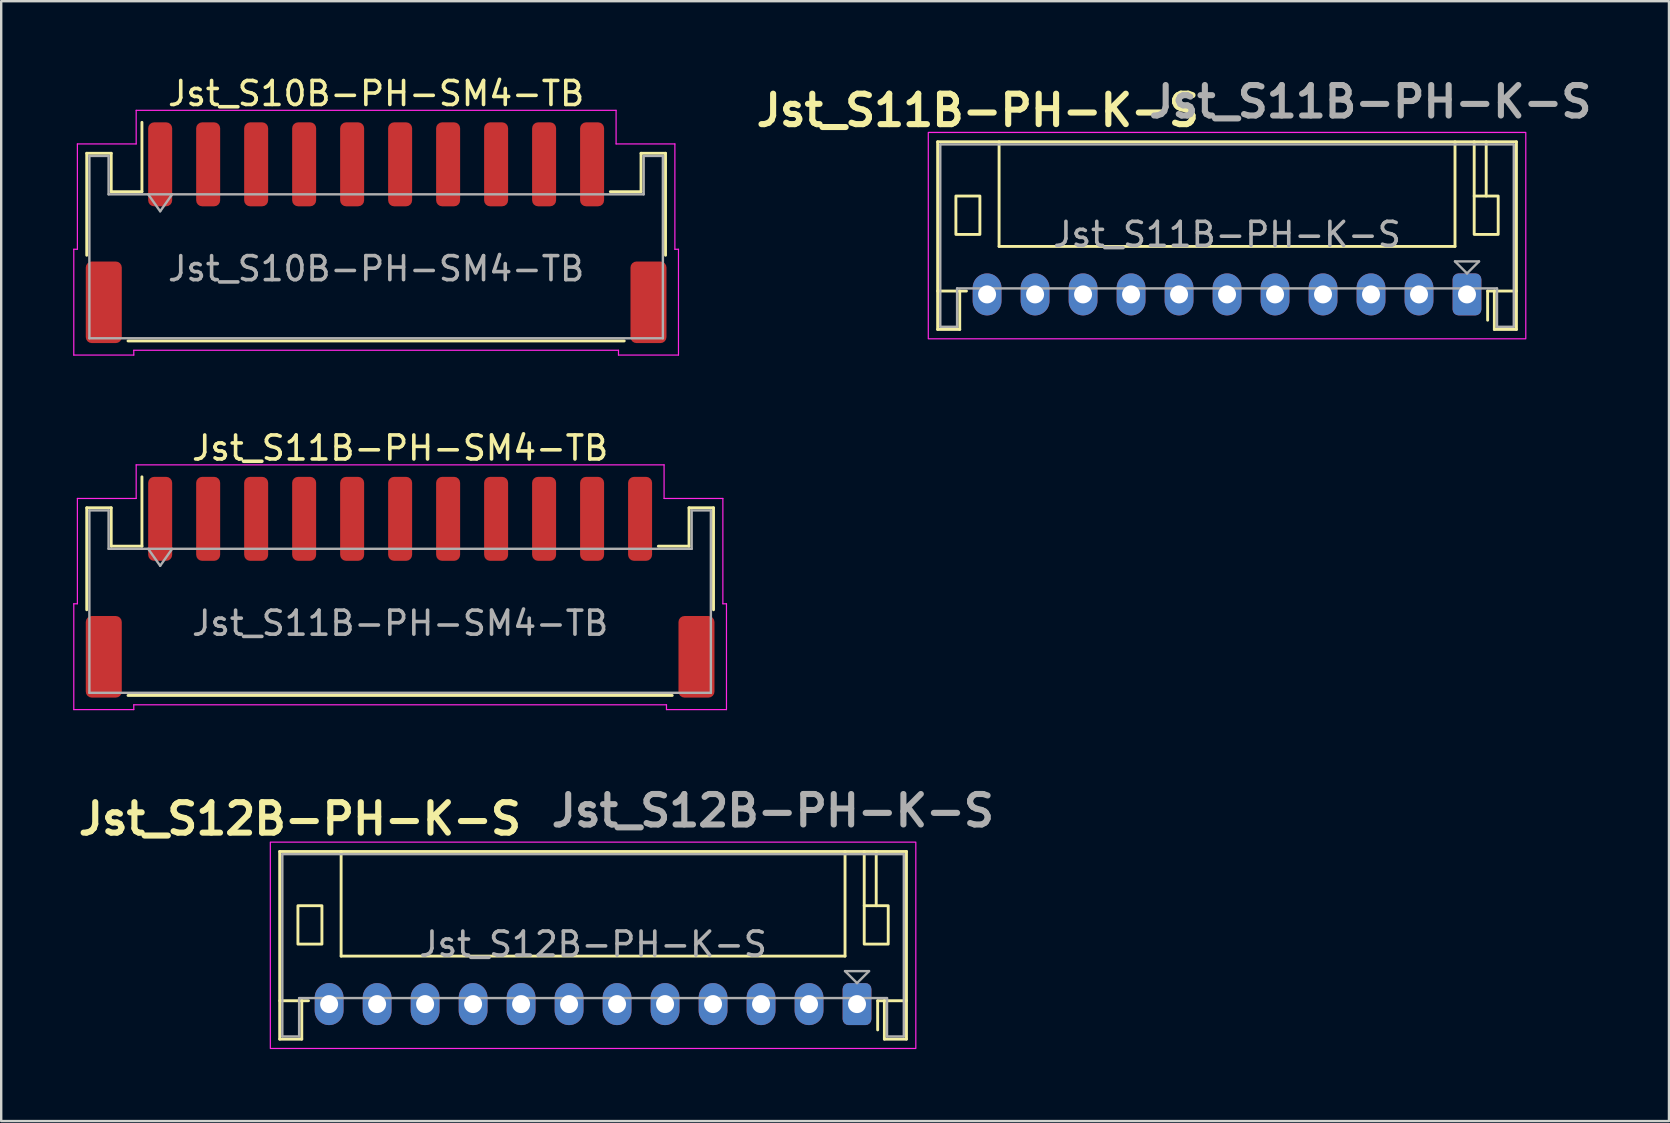
<source format=kicad_pcb>
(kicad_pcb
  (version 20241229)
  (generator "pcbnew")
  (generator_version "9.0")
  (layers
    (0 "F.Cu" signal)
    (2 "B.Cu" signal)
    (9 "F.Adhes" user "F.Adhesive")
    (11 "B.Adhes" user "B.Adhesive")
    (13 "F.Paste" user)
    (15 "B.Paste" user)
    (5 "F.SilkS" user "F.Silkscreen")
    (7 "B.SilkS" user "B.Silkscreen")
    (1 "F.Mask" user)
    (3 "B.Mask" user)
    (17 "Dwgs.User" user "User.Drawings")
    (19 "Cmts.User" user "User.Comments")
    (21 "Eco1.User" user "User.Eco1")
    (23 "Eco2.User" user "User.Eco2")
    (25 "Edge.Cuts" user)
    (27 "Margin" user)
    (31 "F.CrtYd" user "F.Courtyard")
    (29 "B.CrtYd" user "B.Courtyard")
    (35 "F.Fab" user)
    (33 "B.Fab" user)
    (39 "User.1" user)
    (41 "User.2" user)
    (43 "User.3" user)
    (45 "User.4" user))
  (footprint "Jst_S12B-PH-K-S"
    (layer "F.Cu")
    (at 32.666 38.795)
    (property "Reference" "Jst_S12B-PH-K-S" (at -23.22 -7.72 0) (layer "F.SilkS") (effects (font (size 1.27 1.27) (thickness 0.254))))
    (attr through_hole)
    (fp_line (start -24.06 -6.36) (end -24.06 1.46) (stroke (width 0.12) (type solid)) (layer "F.SilkS"))
    (fp_line (start -24.06 -0.14) (end -23.14 -0.14) (stroke (width 0.12) (type solid)) (layer "F.SilkS"))
    (fp_line (start -24.06 1.46) (end -23.14 1.46) (stroke (width 0.12) (type solid)) (layer "F.SilkS"))
    (fp_line (start -23.14 -0.14) (end -22.86 -0.14) (stroke (width 0.12) (type solid)) (layer "F.SilkS"))
    (fp_line (start -23.14 1.46) (end -23.14 -0.14) (stroke (width 0.12) (type solid)) (layer "F.SilkS"))
    (fp_line (start -21.5 -2) (end -21.5 -6.36) (stroke (width 0.12) (type solid)) (layer "F.SilkS"))
    (fp_line (start -0.5 -6.36) (end -0.5 -2) (stroke (width 0.12) (type solid)) (layer "F.SilkS"))
    (fp_line (start -0.5 -2) (end -21.5 -2) (stroke (width 0.12) (type solid)) (layer "F.SilkS"))
    (fp_line (start 0.3 -4.1) (end 0.3 -6.36) (stroke (width 0.12) (type solid)) (layer "F.SilkS"))
    (fp_line (start 0.8 -4.1) (end 0.8 -6.36) (stroke (width 0.12) (type solid)) (layer "F.SilkS"))
    (fp_line (start 0.86 -0.14) (end 0.86 1.075) (stroke (width 0.12) (type solid)) (layer "F.SilkS"))
    (fp_line (start 0.86 -0.14) (end 1.14 -0.14) (stroke (width 0.12) (type solid)) (layer "F.SilkS"))
    (fp_line (start 1.14 -0.14) (end 1.14 1.46) (stroke (width 0.12) (type solid)) (layer "F.SilkS"))
    (fp_line (start 1.14 1.46) (end 2.06 1.46) (stroke (width 0.12) (type solid)) (layer "F.SilkS"))
    (fp_line (start 2.06 -6.36) (end -24.06 -6.36) (stroke (width 0.12) (type solid)) (layer "F.SilkS"))
    (fp_line (start 2.06 -0.14) (end 1.14 -0.14) (stroke (width 0.12) (type solid)) (layer "F.SilkS"))
    (fp_line (start 2.06 1.46) (end 2.06 -6.36) (stroke (width 0.12) (type solid)) (layer "F.SilkS"))
    (fp_rect (start -23.3 -4.1) (end -22.3 -2.5) (stroke (width 0.12) (type solid)) (fill no) (layer "F.SilkS"))
    (fp_rect (start 0.3 -4.1) (end 1.3 -2.5) (stroke (width 0.12) (type solid)) (fill no) (layer "F.SilkS"))
    (fp_rect (start -24.45 -6.75) (end 2.45 1.85) (stroke (width 0.05) (type solid)) (fill no) (layer "F.CrtYd"))
    (fp_line (start -23.95 -6.25) (end -23.95 1.35) (stroke (width 0.1) (type solid)) (layer "F.Fab"))
    (fp_line (start -23.95 1.35) (end -23.25 1.35) (stroke (width 0.1) (type solid)) (layer "F.Fab"))
    (fp_line (start -23.25 -0.25) (end 1.25 -0.25) (stroke (width 0.1) (type solid)) (layer "F.Fab"))
    (fp_line (start -23.25 1.35) (end -23.25 -0.25) (stroke (width 0.1) (type solid)) (layer "F.Fab"))
    (fp_line (start -0.5 -1.375) (end 0 -0.875) (stroke (width 0.1) (type solid)) (layer "F.Fab"))
    (fp_line (start 0 -0.875) (end 0.5 -1.375) (stroke (width 0.1) (type solid)) (layer "F.Fab"))
    (fp_line (start 0.5 -1.375) (end -0.5 -1.375) (stroke (width 0.1) (type solid)) (layer "F.Fab"))
    (fp_line (start 1.25 -0.25) (end 1.25 1.35) (stroke (width 0.1) (type solid)) (layer "F.Fab"))
    (fp_line (start 1.25 1.35) (end 1.95 1.35) (stroke (width 0.1) (type solid)) (layer "F.Fab"))
    (fp_line (start 1.95 -6.25) (end -23.95 -6.25) (stroke (width 0.1) (type solid)) (layer "F.Fab"))
    (fp_line (start 1.95 1.35) (end 1.95 -6.25) (stroke (width 0.1) (type solid)) (layer "F.Fab"))
    (fp_text user "${REFERENCE}" (at -3.51 -8.06 0) (layer "F.Fab") (effects (font (size 1.27 1.27) (thickness 0.254))))
    (fp_text user "${REFERENCE}" (at -11 -2.5 180) (layer "F.Fab") (effects (font (size 1 1) (thickness 0.15))))
    (pad "1" thru_hole roundrect (at 0 0 180) (size 1.2 1.75) (drill 0.75) (layers "*.Cu" "*.Mask") (roundrect_rratio 0.208))
    (pad "2" thru_hole oval (at -2 0 180) (size 1.2 1.75) (drill 0.75) (layers "*.Cu" "*.Mask"))
    (pad "3" thru_hole oval (at -4 0 180) (size 1.2 1.75) (drill 0.75) (layers "*.Cu" "*.Mask"))
    (pad "4" thru_hole oval (at -6 0 180) (size 1.2 1.75) (drill 0.75) (layers "*.Cu" "*.Mask"))
    (pad "5" thru_hole oval (at -8 0 180) (size 1.2 1.75) (drill 0.75) (layers "*.Cu" "*.Mask"))
    (pad "6" thru_hole oval (at -10 0 180) (size 1.2 1.75) (drill 0.75) (layers "*.Cu" "*.Mask"))
    (pad "7" thru_hole oval (at -12 0 180) (size 1.2 1.75) (drill 0.75) (layers "*.Cu" "*.Mask"))
    (pad "8" thru_hole oval (at -14 0 180) (size 1.2 1.75) (drill 0.75) (layers "*.Cu" "*.Mask"))
    (pad "9" thru_hole oval (at -16 0 180) (size 1.2 1.75) (drill 0.75) (layers "*.Cu" "*.Mask"))
    (pad "10" thru_hole oval (at -18 0 180) (size 1.2 1.75) (drill 0.75) (layers "*.Cu" "*.Mask"))
    (pad "11" thru_hole oval (at -20 0 180) (size 1.2 1.75) (drill 0.75) (layers "*.Cu" "*.Mask"))
    (pad "12" thru_hole oval (at -22 0 180) (size 1.2 1.75) (drill 0.75) (layers "*.Cu" "*.Mask")))
  (footprint "Jst_S10B-PH-SM4-TB"
    (layer "F.Cu")
    (at 12.625 6.648)
    (property "Reference" "Jst_S10B-PH-SM4-TB" (at 0 -5.8 0) (layer "F.SilkS") (effects (font (size 1 1) (thickness 0.15))))
    (attr smd)
    (fp_line (start -12.06 -3.31) (end -11.04 -3.31) (stroke (width 0.12) (type solid)) (layer "F.SilkS"))
    (fp_line (start -12.06 0.94) (end -12.06 -3.31) (stroke (width 0.12) (type solid)) (layer "F.SilkS"))
    (fp_line (start -11.04 -3.31) (end -11.04 -1.71) (stroke (width 0.12) (type solid)) (layer "F.SilkS"))
    (fp_line (start -11.04 -1.71) (end -9.76 -1.71) (stroke (width 0.12) (type solid)) (layer "F.SilkS"))
    (fp_line (start -10.34 4.51) (end 10.34 4.51) (stroke (width 0.12) (type solid)) (layer "F.SilkS"))
    (fp_line (start -9.76 -1.71) (end -9.76 -4.6) (stroke (width 0.12) (type solid)) (layer "F.SilkS"))
    (fp_line (start 11.04 -3.31) (end 11.04 -1.71) (stroke (width 0.12) (type solid)) (layer "F.SilkS"))
    (fp_line (start 11.04 -1.71) (end 9.76 -1.71) (stroke (width 0.12) (type solid)) (layer "F.SilkS"))
    (fp_line (start 12.06 -3.31) (end 11.04 -3.31) (stroke (width 0.12) (type solid)) (layer "F.SilkS"))
    (fp_line (start 12.06 0.94) (end 12.06 -3.31) (stroke (width 0.12) (type solid)) (layer "F.SilkS"))
    (fp_line (start -12.6 0.69) (end -12.45 0.69) (stroke (width 0.05) (type solid)) (layer "F.CrtYd"))
    (fp_line (start -12.6 5.1) (end -12.6 0.69) (stroke (width 0.05) (type solid)) (layer "F.CrtYd"))
    (fp_line (start -12.45 -3.7) (end -10 -3.7) (stroke (width 0.05) (type solid)) (layer "F.CrtYd"))
    (fp_line (start -12.45 0.69) (end -12.45 -3.7) (stroke (width 0.05) (type solid)) (layer "F.CrtYd"))
    (fp_line (start -10.1 4.9) (end -10.1 5.1) (stroke (width 0.05) (type solid)) (layer "F.CrtYd"))
    (fp_line (start -10.1 5.1) (end -12.6 5.1) (stroke (width 0.05) (type solid)) (layer "F.CrtYd"))
    (fp_line (start -10 -5.1) (end 10 -5.1) (stroke (width 0.05) (type solid)) (layer "F.CrtYd"))
    (fp_line (start -10 -3.7) (end -10 -5.1) (stroke (width 0.05) (type solid)) (layer "F.CrtYd"))
    (fp_line (start 10 -5.1) (end 10 -3.7) (stroke (width 0.05) (type solid)) (layer "F.CrtYd"))
    (fp_line (start 10 -3.7) (end 12.45 -3.7) (stroke (width 0.05) (type solid)) (layer "F.CrtYd"))
    (fp_line (start 10.1 4.9) (end -10.1 4.9) (stroke (width 0.05) (type solid)) (layer "F.CrtYd"))
    (fp_line (start 10.1 5.1) (end 10.1 4.9) (stroke (width 0.05) (type solid)) (layer "F.CrtYd"))
    (fp_line (start 12.45 -3.7) (end 12.45 0.69) (stroke (width 0.05) (type solid)) (layer "F.CrtYd"))
    (fp_line (start 12.45 0.69) (end 12.6 0.69) (stroke (width 0.05) (type solid)) (layer "F.CrtYd"))
    (fp_line (start 12.6 0.69) (end 12.6 5.1) (stroke (width 0.05) (type solid)) (layer "F.CrtYd"))
    (fp_line (start 12.6 5.1) (end 10.1 5.1) (stroke (width 0.05) (type solid)) (layer "F.CrtYd"))
    (fp_line (start -11.95 -3.2) (end -11.95 4.4) (stroke (width 0.1) (type solid)) (layer "F.Fab"))
    (fp_line (start -11.95 -3.2) (end -11.15 -3.2) (stroke (width 0.1) (type solid)) (layer "F.Fab"))
    (fp_line (start -11.95 4.4) (end 11.95 4.4) (stroke (width 0.1) (type solid)) (layer "F.Fab"))
    (fp_line (start -11.15 -3.2) (end -11.15 -1.6) (stroke (width 0.1) (type solid)) (layer "F.Fab"))
    (fp_line (start -11.15 -1.6) (end 11.15 -1.6) (stroke (width 0.1) (type solid)) (layer "F.Fab"))
    (fp_line (start -9.5 -1.6) (end -9 -0.893) (stroke (width 0.1) (type solid)) (layer "F.Fab"))
    (fp_line (start -9 -0.893) (end -8.5 -1.6) (stroke (width 0.1) (type solid)) (layer "F.Fab"))
    (fp_line (start 11.15 -3.2) (end 11.95 -3.2) (stroke (width 0.1) (type solid)) (layer "F.Fab"))
    (fp_line (start 11.15 -1.6) (end 11.15 -3.2) (stroke (width 0.1) (type solid)) (layer "F.Fab"))
    (fp_line (start 11.95 -3.2) (end 11.95 4.4) (stroke (width 0.1) (type solid)) (layer "F.Fab"))
    (fp_text user "${REFERENCE}" (at 0 1.5 0) (layer "F.Fab") (effects (font (size 1 1) (thickness 0.15))))
    (pad "1" smd roundrect (at -9 -2.85) (size 1 3.5) (layers "F.Cu" "F.Mask" "F.Paste") (roundrect_rratio 0.25))
    (pad "2" smd roundrect (at -7 -2.85) (size 1 3.5) (layers "F.Cu" "F.Mask" "F.Paste") (roundrect_rratio 0.25))
    (pad "3" smd roundrect (at -5 -2.85) (size 1 3.5) (layers "F.Cu" "F.Mask" "F.Paste") (roundrect_rratio 0.25))
    (pad "4" smd roundrect (at -3 -2.85) (size 1 3.5) (layers "F.Cu" "F.Mask" "F.Paste") (roundrect_rratio 0.25))
    (pad "5" smd roundrect (at -1 -2.85) (size 1 3.5) (layers "F.Cu" "F.Mask" "F.Paste") (roundrect_rratio 0.25))
    (pad "6" smd roundrect (at 1 -2.85) (size 1 3.5) (layers "F.Cu" "F.Mask" "F.Paste") (roundrect_rratio 0.25))
    (pad "7" smd roundrect (at 3 -2.85) (size 1 3.5) (layers "F.Cu" "F.Mask" "F.Paste") (roundrect_rratio 0.25))
    (pad "8" smd roundrect (at 5 -2.85) (size 1 3.5) (layers "F.Cu" "F.Mask" "F.Paste") (roundrect_rratio 0.25))
    (pad "9" smd roundrect (at 7 -2.85) (size 1 3.5) (layers "F.Cu" "F.Mask" "F.Paste") (roundrect_rratio 0.25))
    (pad "10" smd roundrect (at 9 -2.85) (size 1 3.5) (layers "F.Cu" "F.Mask" "F.Paste") (roundrect_rratio 0.25))
    (pad "MP" smd roundrect (at -11.35 2.9) (size 1.5 3.4) (layers "F.Cu" "F.Mask" "F.Paste") (roundrect_rratio 0.167))
    (pad "MP" smd roundrect (at 11.35 2.9) (size 1.5 3.4) (layers "F.Cu" "F.Mask" "F.Paste") (roundrect_rratio 0.167)))
  (footprint "Jst_S11B-PH-K-S"
    (layer "F.Cu")
    (at 58.086 9.219)
    (property "Reference" "Jst_S11B-PH-K-S" (at -20.39 -7.67 0) (layer "F.SilkS") (effects (font (size 1.27 1.27) (thickness 0.254))))
    (attr through_hole)
    (fp_line (start -22.06 -6.36) (end -22.06 1.46) (stroke (width 0.12) (type solid)) (layer "F.SilkS"))
    (fp_line (start -22.06 -0.14) (end -21.14 -0.14) (stroke (width 0.12) (type solid)) (layer "F.SilkS"))
    (fp_line (start -22.06 1.46) (end -21.14 1.46) (stroke (width 0.12) (type solid)) (layer "F.SilkS"))
    (fp_line (start -21.14 -0.14) (end -20.86 -0.14) (stroke (width 0.12) (type solid)) (layer "F.SilkS"))
    (fp_line (start -21.14 1.46) (end -21.14 -0.14) (stroke (width 0.12) (type solid)) (layer "F.SilkS"))
    (fp_line (start -19.5 -2) (end -19.5 -6.36) (stroke (width 0.12) (type solid)) (layer "F.SilkS"))
    (fp_line (start -0.5 -6.36) (end -0.5 -2) (stroke (width 0.12) (type solid)) (layer "F.SilkS"))
    (fp_line (start -0.5 -2) (end -19.5 -2) (stroke (width 0.12) (type solid)) (layer "F.SilkS"))
    (fp_line (start 0.3 -4.1) (end 0.3 -6.36) (stroke (width 0.12) (type solid)) (layer "F.SilkS"))
    (fp_line (start 0.8 -4.1) (end 0.8 -6.36) (stroke (width 0.12) (type solid)) (layer "F.SilkS"))
    (fp_line (start 0.86 -0.14) (end 0.86 1.075) (stroke (width 0.12) (type solid)) (layer "F.SilkS"))
    (fp_line (start 0.86 -0.14) (end 1.14 -0.14) (stroke (width 0.12) (type solid)) (layer "F.SilkS"))
    (fp_line (start 1.14 -0.14) (end 1.14 1.46) (stroke (width 0.12) (type solid)) (layer "F.SilkS"))
    (fp_line (start 1.14 1.46) (end 2.06 1.46) (stroke (width 0.12) (type solid)) (layer "F.SilkS"))
    (fp_line (start 2.06 -6.36) (end -22.06 -6.36) (stroke (width 0.12) (type solid)) (layer "F.SilkS"))
    (fp_line (start 2.06 -0.14) (end 1.14 -0.14) (stroke (width 0.12) (type solid)) (layer "F.SilkS"))
    (fp_line (start 2.06 1.46) (end 2.06 -6.36) (stroke (width 0.12) (type solid)) (layer "F.SilkS"))
    (fp_rect (start -21.3 -4.1) (end -20.3 -2.5) (stroke (width 0.12) (type solid)) (fill no) (layer "F.SilkS"))
    (fp_rect (start 0.3 -4.1) (end 1.3 -2.5) (stroke (width 0.12) (type solid)) (fill no) (layer "F.SilkS"))
    (fp_rect (start -22.45 -6.75) (end 2.45 1.85) (stroke (width 0.05) (type solid)) (fill no) (layer "F.CrtYd"))
    (fp_line (start -21.95 -6.25) (end -21.95 1.35) (stroke (width 0.1) (type solid)) (layer "F.Fab"))
    (fp_line (start -21.95 1.35) (end -21.25 1.35) (stroke (width 0.1) (type solid)) (layer "F.Fab"))
    (fp_line (start -21.25 -0.25) (end 1.25 -0.25) (stroke (width 0.1) (type solid)) (layer "F.Fab"))
    (fp_line (start -21.25 1.35) (end -21.25 -0.25) (stroke (width 0.1) (type solid)) (layer "F.Fab"))
    (fp_line (start -0.5 -1.375) (end 0 -0.875) (stroke (width 0.1) (type solid)) (layer "F.Fab"))
    (fp_line (start 0 -0.875) (end 0.5 -1.375) (stroke (width 0.1) (type solid)) (layer "F.Fab"))
    (fp_line (start 0.5 -1.375) (end -0.5 -1.375) (stroke (width 0.1) (type solid)) (layer "F.Fab"))
    (fp_line (start 1.25 -0.25) (end 1.25 1.35) (stroke (width 0.1) (type solid)) (layer "F.Fab"))
    (fp_line (start 1.25 1.35) (end 1.95 1.35) (stroke (width 0.1) (type solid)) (layer "F.Fab"))
    (fp_line (start 1.95 -6.25) (end -21.95 -6.25) (stroke (width 0.1) (type solid)) (layer "F.Fab"))
    (fp_line (start 1.95 1.35) (end 1.95 -6.25) (stroke (width 0.1) (type solid)) (layer "F.Fab"))
    (fp_text user "${REFERENCE}" (at -4.03 -8.03 0) (layer "F.Fab") (effects (font (size 1.27 1.27) (thickness 0.254))))
    (fp_text user "${REFERENCE}" (at -10 -2.5 180) (layer "F.Fab") (effects (font (size 1 1) (thickness 0.15))))
    (pad "1" thru_hole roundrect (at 0 0 180) (size 1.2 1.75) (drill 0.75) (layers "*.Cu" "*.Mask") (roundrect_rratio 0.208))
    (pad "2" thru_hole oval (at -2 0 180) (size 1.2 1.75) (drill 0.75) (layers "*.Cu" "*.Mask"))
    (pad "3" thru_hole oval (at -4 0 180) (size 1.2 1.75) (drill 0.75) (layers "*.Cu" "*.Mask"))
    (pad "4" thru_hole oval (at -6 0 180) (size 1.2 1.75) (drill 0.75) (layers "*.Cu" "*.Mask"))
    (pad "5" thru_hole oval (at -8 0 180) (size 1.2 1.75) (drill 0.75) (layers "*.Cu" "*.Mask"))
    (pad "6" thru_hole oval (at -10 0 180) (size 1.2 1.75) (drill 0.75) (layers "*.Cu" "*.Mask"))
    (pad "7" thru_hole oval (at -12 0 180) (size 1.2 1.75) (drill 0.75) (layers "*.Cu" "*.Mask"))
    (pad "8" thru_hole oval (at -14 0 180) (size 1.2 1.75) (drill 0.75) (layers "*.Cu" "*.Mask"))
    (pad "9" thru_hole oval (at -16 0 180) (size 1.2 1.75) (drill 0.75) (layers "*.Cu" "*.Mask"))
    (pad "10" thru_hole oval (at -18 0 180) (size 1.2 1.75) (drill 0.75) (layers "*.Cu" "*.Mask"))
    (pad "11" thru_hole oval (at -20 0 180) (size 1.2 1.75) (drill 0.75) (layers "*.Cu" "*.Mask")))
  (footprint "Jst_S11B-PH-SM4-TB"
    (layer "F.Cu")
    (at 13.625 21.422)
    (property "Reference" "Jst_S11B-PH-SM4-TB" (at 0 -5.8 0) (layer "F.SilkS") (effects (font (size 1 1) (thickness 0.15))))
    (attr smd)
    (fp_line (start -13.06 -3.31) (end -12.04 -3.31) (stroke (width 0.12) (type solid)) (layer "F.SilkS"))
    (fp_line (start -13.06 0.94) (end -13.06 -3.31) (stroke (width 0.12) (type solid)) (layer "F.SilkS"))
    (fp_line (start -12.04 -3.31) (end -12.04 -1.71) (stroke (width 0.12) (type solid)) (layer "F.SilkS"))
    (fp_line (start -12.04 -1.71) (end -10.76 -1.71) (stroke (width 0.12) (type solid)) (layer "F.SilkS"))
    (fp_line (start -11.34 4.51) (end 11.34 4.51) (stroke (width 0.12) (type solid)) (layer "F.SilkS"))
    (fp_line (start -10.76 -1.71) (end -10.76 -4.6) (stroke (width 0.12) (type solid)) (layer "F.SilkS"))
    (fp_line (start 12.04 -3.31) (end 12.04 -1.71) (stroke (width 0.12) (type solid)) (layer "F.SilkS"))
    (fp_line (start 12.04 -1.71) (end 10.76 -1.71) (stroke (width 0.12) (type solid)) (layer "F.SilkS"))
    (fp_line (start 13.06 -3.31) (end 12.04 -3.31) (stroke (width 0.12) (type solid)) (layer "F.SilkS"))
    (fp_line (start 13.06 0.94) (end 13.06 -3.31) (stroke (width 0.12) (type solid)) (layer "F.SilkS"))
    (fp_line (start -13.6 0.69) (end -13.45 0.69) (stroke (width 0.05) (type solid)) (layer "F.CrtYd"))
    (fp_line (start -13.6 5.1) (end -13.6 0.69) (stroke (width 0.05) (type solid)) (layer "F.CrtYd"))
    (fp_line (start -13.45 -3.7) (end -11 -3.7) (stroke (width 0.05) (type solid)) (layer "F.CrtYd"))
    (fp_line (start -13.45 0.69) (end -13.45 -3.7) (stroke (width 0.05) (type solid)) (layer "F.CrtYd"))
    (fp_line (start -11.1 4.9) (end -11.1 5.1) (stroke (width 0.05) (type solid)) (layer "F.CrtYd"))
    (fp_line (start -11.1 5.1) (end -13.6 5.1) (stroke (width 0.05) (type solid)) (layer "F.CrtYd"))
    (fp_line (start -11 -5.1) (end 11 -5.1) (stroke (width 0.05) (type solid)) (layer "F.CrtYd"))
    (fp_line (start -11 -3.7) (end -11 -5.1) (stroke (width 0.05) (type solid)) (layer "F.CrtYd"))
    (fp_line (start 11 -5.1) (end 11 -3.7) (stroke (width 0.05) (type solid)) (layer "F.CrtYd"))
    (fp_line (start 11 -3.7) (end 13.45 -3.7) (stroke (width 0.05) (type solid)) (layer "F.CrtYd"))
    (fp_line (start 11.1 4.9) (end -11.1 4.9) (stroke (width 0.05) (type solid)) (layer "F.CrtYd"))
    (fp_line (start 11.1 5.1) (end 11.1 4.9) (stroke (width 0.05) (type solid)) (layer "F.CrtYd"))
    (fp_line (start 13.45 -3.7) (end 13.45 0.69) (stroke (width 0.05) (type solid)) (layer "F.CrtYd"))
    (fp_line (start 13.45 0.69) (end 13.6 0.69) (stroke (width 0.05) (type solid)) (layer "F.CrtYd"))
    (fp_line (start 13.6 0.69) (end 13.6 5.1) (stroke (width 0.05) (type solid)) (layer "F.CrtYd"))
    (fp_line (start 13.6 5.1) (end 11.1 5.1) (stroke (width 0.05) (type solid)) (layer "F.CrtYd"))
    (fp_line (start -12.95 -3.2) (end -12.95 4.4) (stroke (width 0.1) (type solid)) (layer "F.Fab"))
    (fp_line (start -12.95 -3.2) (end -12.15 -3.2) (stroke (width 0.1) (type solid)) (layer "F.Fab"))
    (fp_line (start -12.95 4.4) (end 12.95 4.4) (stroke (width 0.1) (type solid)) (layer "F.Fab"))
    (fp_line (start -12.15 -3.2) (end -12.15 -1.6) (stroke (width 0.1) (type solid)) (layer "F.Fab"))
    (fp_line (start -12.15 -1.6) (end 12.15 -1.6) (stroke (width 0.1) (type solid)) (layer "F.Fab"))
    (fp_line (start -10.5 -1.6) (end -10 -0.893) (stroke (width 0.1) (type solid)) (layer "F.Fab"))
    (fp_line (start -10 -0.893) (end -9.5 -1.6) (stroke (width 0.1) (type solid)) (layer "F.Fab"))
    (fp_line (start 12.15 -3.2) (end 12.95 -3.2) (stroke (width 0.1) (type solid)) (layer "F.Fab"))
    (fp_line (start 12.15 -1.6) (end 12.15 -3.2) (stroke (width 0.1) (type solid)) (layer "F.Fab"))
    (fp_line (start 12.95 -3.2) (end 12.95 4.4) (stroke (width 0.1) (type solid)) (layer "F.Fab"))
    (fp_text user "${REFERENCE}" (at 0 1.5 0) (layer "F.Fab") (effects (font (size 1 1) (thickness 0.15))))
    (pad "1" smd roundrect (at -10 -2.85) (size 1 3.5) (layers "F.Cu" "F.Mask" "F.Paste") (roundrect_rratio 0.25))
    (pad "2" smd roundrect (at -8 -2.85) (size 1 3.5) (layers "F.Cu" "F.Mask" "F.Paste") (roundrect_rratio 0.25))
    (pad "3" smd roundrect (at -6 -2.85) (size 1 3.5) (layers "F.Cu" "F.Mask" "F.Paste") (roundrect_rratio 0.25))
    (pad "4" smd roundrect (at -4 -2.85) (size 1 3.5) (layers "F.Cu" "F.Mask" "F.Paste") (roundrect_rratio 0.25))
    (pad "5" smd roundrect (at -2 -2.85) (size 1 3.5) (layers "F.Cu" "F.Mask" "F.Paste") (roundrect_rratio 0.25))
    (pad "6" smd roundrect (at 0 -2.85) (size 1 3.5) (layers "F.Cu" "F.Mask" "F.Paste") (roundrect_rratio 0.25))
    (pad "7" smd roundrect (at 2 -2.85) (size 1 3.5) (layers "F.Cu" "F.Mask" "F.Paste") (roundrect_rratio 0.25))
    (pad "8" smd roundrect (at 4 -2.85) (size 1 3.5) (layers "F.Cu" "F.Mask" "F.Paste") (roundrect_rratio 0.25))
    (pad "9" smd roundrect (at 6 -2.85) (size 1 3.5) (layers "F.Cu" "F.Mask" "F.Paste") (roundrect_rratio 0.25))
    (pad "10" smd roundrect (at 8 -2.85) (size 1 3.5) (layers "F.Cu" "F.Mask" "F.Paste") (roundrect_rratio 0.25))
    (pad "11" smd roundrect (at 10 -2.85) (size 1 3.5) (layers "F.Cu" "F.Mask" "F.Paste") (roundrect_rratio 0.25))
    (pad "MP" smd roundrect (at -12.35 2.9) (size 1.5 3.4) (layers "F.Cu" "F.Mask" "F.Paste") (roundrect_rratio 0.167))
    (pad "MP" smd roundrect (at 12.35 2.9) (size 1.5 3.4) (layers "F.Cu" "F.Mask" "F.Paste") (roundrect_rratio 0.167)))
  (gr_rect
    (start -3 -3)
    (end 66.503 43.67)
    (stroke (width 0.1) (type default))
    (fill no)
    (layer "Edge.Cuts")))
</source>
